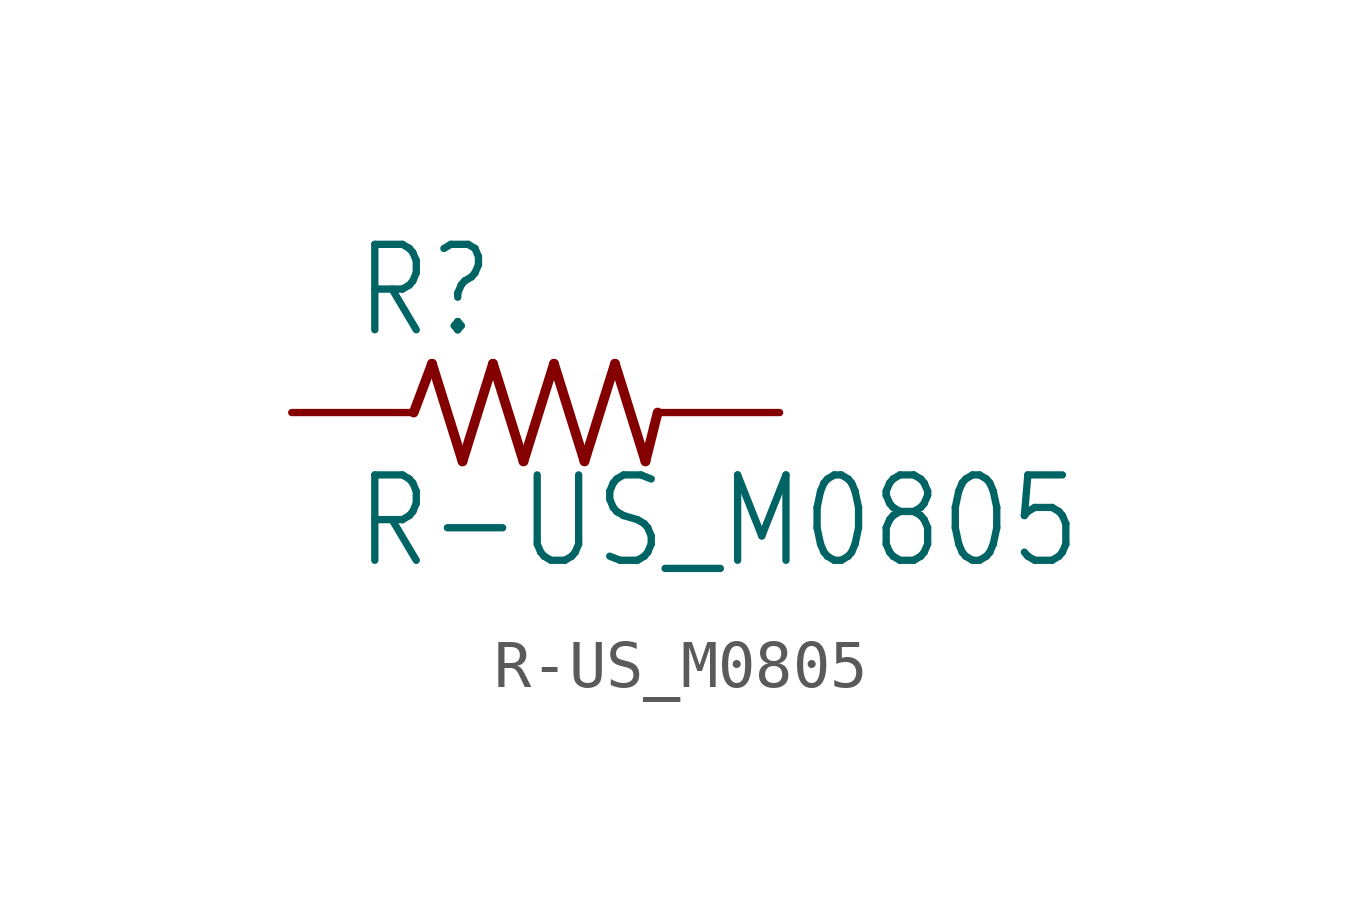
<source format=kicad_sym>
(kicad_symbol_lib
  (version 20211014)
  (generator kicad_symbol_editor)
  (symbol "R-US_M0805"
    (property "Reference" "R"
      (at -3.81 1.499 0)
      (effects (font (size 1.778 1.511)) (justify left bottom)))
    (property "Value" "R-US_M0805"
      (at -3.81 -3.302 0)
      (effects (font (size 1.778 1.511)) (justify left bottom)))
    (property "ki_locked" ""
      (at 0 0 0)
      (effects (font (size 1.27 1.27))))
    (symbol "R-US_M0805_1_0"
      (polyline (pts (xy -2.54 0) (xy -2.159 1.016)) (stroke (width 0.203) (type default)) (fill (type none)))
      (polyline (pts (xy -2.159 1.016) (xy -1.524 -1.016)) (stroke (width 0.203) (type default)) (fill (type none)))
      (polyline (pts (xy -1.524 -1.016) (xy -0.889 1.016)) (stroke (width 0.203) (type default)) (fill (type none)))
      (polyline (pts (xy -0.889 1.016) (xy -0.254 -1.016)) (stroke (width 0.203) (type default)) (fill (type none)))
      (polyline (pts (xy -0.254 -1.016) (xy 0.381 1.016)) (stroke (width 0.203) (type default)) (fill (type none)))
      (polyline (pts (xy 0.381 1.016) (xy 1.016 -1.016)) (stroke (width 0.203) (type default)) (fill (type none)))
      (polyline (pts (xy 1.016 -1.016) (xy 1.651 1.016)) (stroke (width 0.203) (type default)) (fill (type none)))
      (polyline (pts (xy 1.651 1.016) (xy 2.286 -1.016)) (stroke (width 0.203) (type default)) (fill (type none)))
      (polyline (pts (xy 2.286 -1.016) (xy 2.54 0)) (stroke (width 0.203) (type default)) (fill (type none)))
      (pin passive line (at -5.08 0 0) (length 2.54) (name "1" (effects (font (size 0 0)))) (number "1" (effects (font (size 0 0)))))
      (pin passive line (at 5.08 0 180) (length 2.54) (name "2" (effects (font (size 0 0)))) (number "2" (effects (font (size 0 0))))))))
</source>
